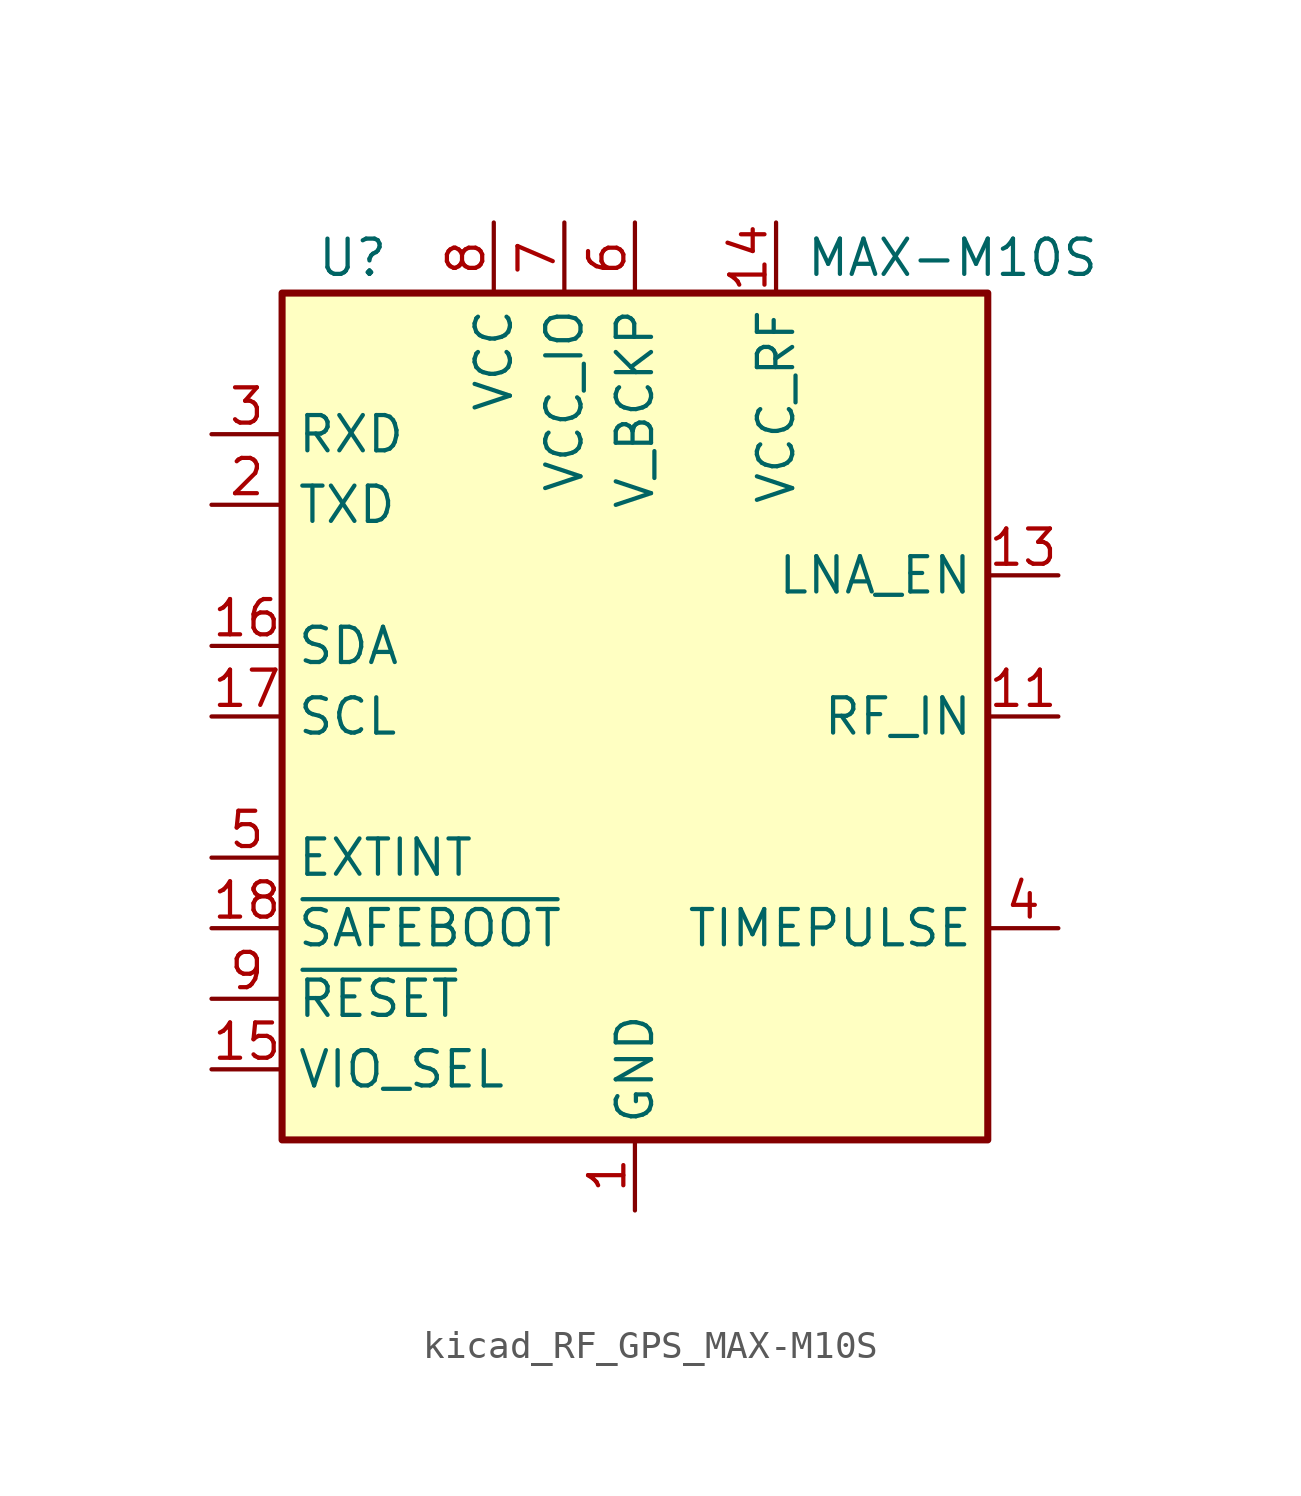
<source format=kicad_sym>
(kicad_symbol_lib
  (version 20220914)
  (generator kicad_symbol_editor)
  (symbol "kicad_RF_GPS_MAX-M10S"
    (property "Reference" "U"
      (at -10.16 16.51 0)
      (effects (font (size 1.27 1.27))))
    (property "Value" "MAX-M10S"
      (at 11.43 16.51 0)
      (effects (font (size 1.27 1.27))))
    (symbol "kicad_RF_GPS_MAX-M10S_0_1"
      (rectangle (start 12.7 15.24) (end -12.7 -15.24) (stroke (width 0.254) (type default)) (fill (type background))))
    (symbol "kicad_RF_GPS_MAX-M10S_1_1"
      (pin power_in line (at 0 -17.78 90) (length 2.54) (name "GND" (effects (font (size 1.27 1.27)))) (number "1" (effects (font (size 1.27 1.27)))))
      (pin passive line (at 0 -17.78 90) (length 2.54) hide (name "GND" (effects (font (size 1.27 1.27)))) (number "10" (effects (font (size 1.27 1.27)))))
      (pin input line (at 15.24 0 180) (length 2.54) (name "RF_IN" (effects (font (size 1.27 1.27)))) (number "11" (effects (font (size 1.27 1.27)))))
      (pin passive line (at 0 -17.78 90) (length 2.54) hide (name "GND" (effects (font (size 1.27 1.27)))) (number "12" (effects (font (size 1.27 1.27)))))
      (pin output line (at 15.24 5.08 180) (length 2.54) (name "LNA_EN" (effects (font (size 1.27 1.27)))) (number "13" (effects (font (size 1.27 1.27)))))
      (pin power_out line (at 5.08 17.78 270) (length 2.54) (name "VCC_RF" (effects (font (size 1.27 1.27)))) (number "14" (effects (font (size 1.27 1.27)))))
      (pin input line (at -15.24 -12.7 0) (length 2.54) (name "VIO_SEL" (effects (font (size 1.27 1.27)))) (number "15" (effects (font (size 1.27 1.27)))))
      (pin bidirectional line (at -15.24 2.54 0) (length 2.54) (name "SDA" (effects (font (size 1.27 1.27)))) (number "16" (effects (font (size 1.27 1.27)))))
      (pin input line (at -15.24 0 0) (length 2.54) (name "SCL" (effects (font (size 1.27 1.27)))) (number "17" (effects (font (size 1.27 1.27)))))
      (pin input line (at -15.24 -7.62 0) (length 2.54) (name "~{SAFEBOOT}" (effects (font (size 1.27 1.27)))) (number "18" (effects (font (size 1.27 1.27)))))
      (pin output line (at -15.24 7.62 0) (length 2.54) (name "TXD" (effects (font (size 1.27 1.27)))) (number "2" (effects (font (size 1.27 1.27)))))
      (pin input line (at -15.24 10.16 0) (length 2.54) (name "RXD" (effects (font (size 1.27 1.27)))) (number "3" (effects (font (size 1.27 1.27)))))
      (pin output line (at 15.24 -7.62 180) (length 2.54) (name "TIMEPULSE" (effects (font (size 1.27 1.27)))) (number "4" (effects (font (size 1.27 1.27)))))
      (pin input line (at -15.24 -5.08 0) (length 2.54) (name "EXTINT" (effects (font (size 1.27 1.27)))) (number "5" (effects (font (size 1.27 1.27)))))
      (pin power_in line (at 0 17.78 270) (length 2.54) (name "V_BCKP" (effects (font (size 1.27 1.27)))) (number "6" (effects (font (size 1.27 1.27)))))
      (pin power_in line (at -2.54 17.78 270) (length 2.54) (name "VCC_IO" (effects (font (size 1.27 1.27)))) (number "7" (effects (font (size 1.27 1.27)))))
      (pin power_in line (at -5.08 17.78 270) (length 2.54) (name "VCC" (effects (font (size 1.27 1.27)))) (number "8" (effects (font (size 1.27 1.27)))))
      (pin input line (at -15.24 -10.16 0) (length 2.54) (name "~{RESET}" (effects (font (size 1.27 1.27)))) (number "9" (effects (font (size 1.27 1.27))))))))
</source>
